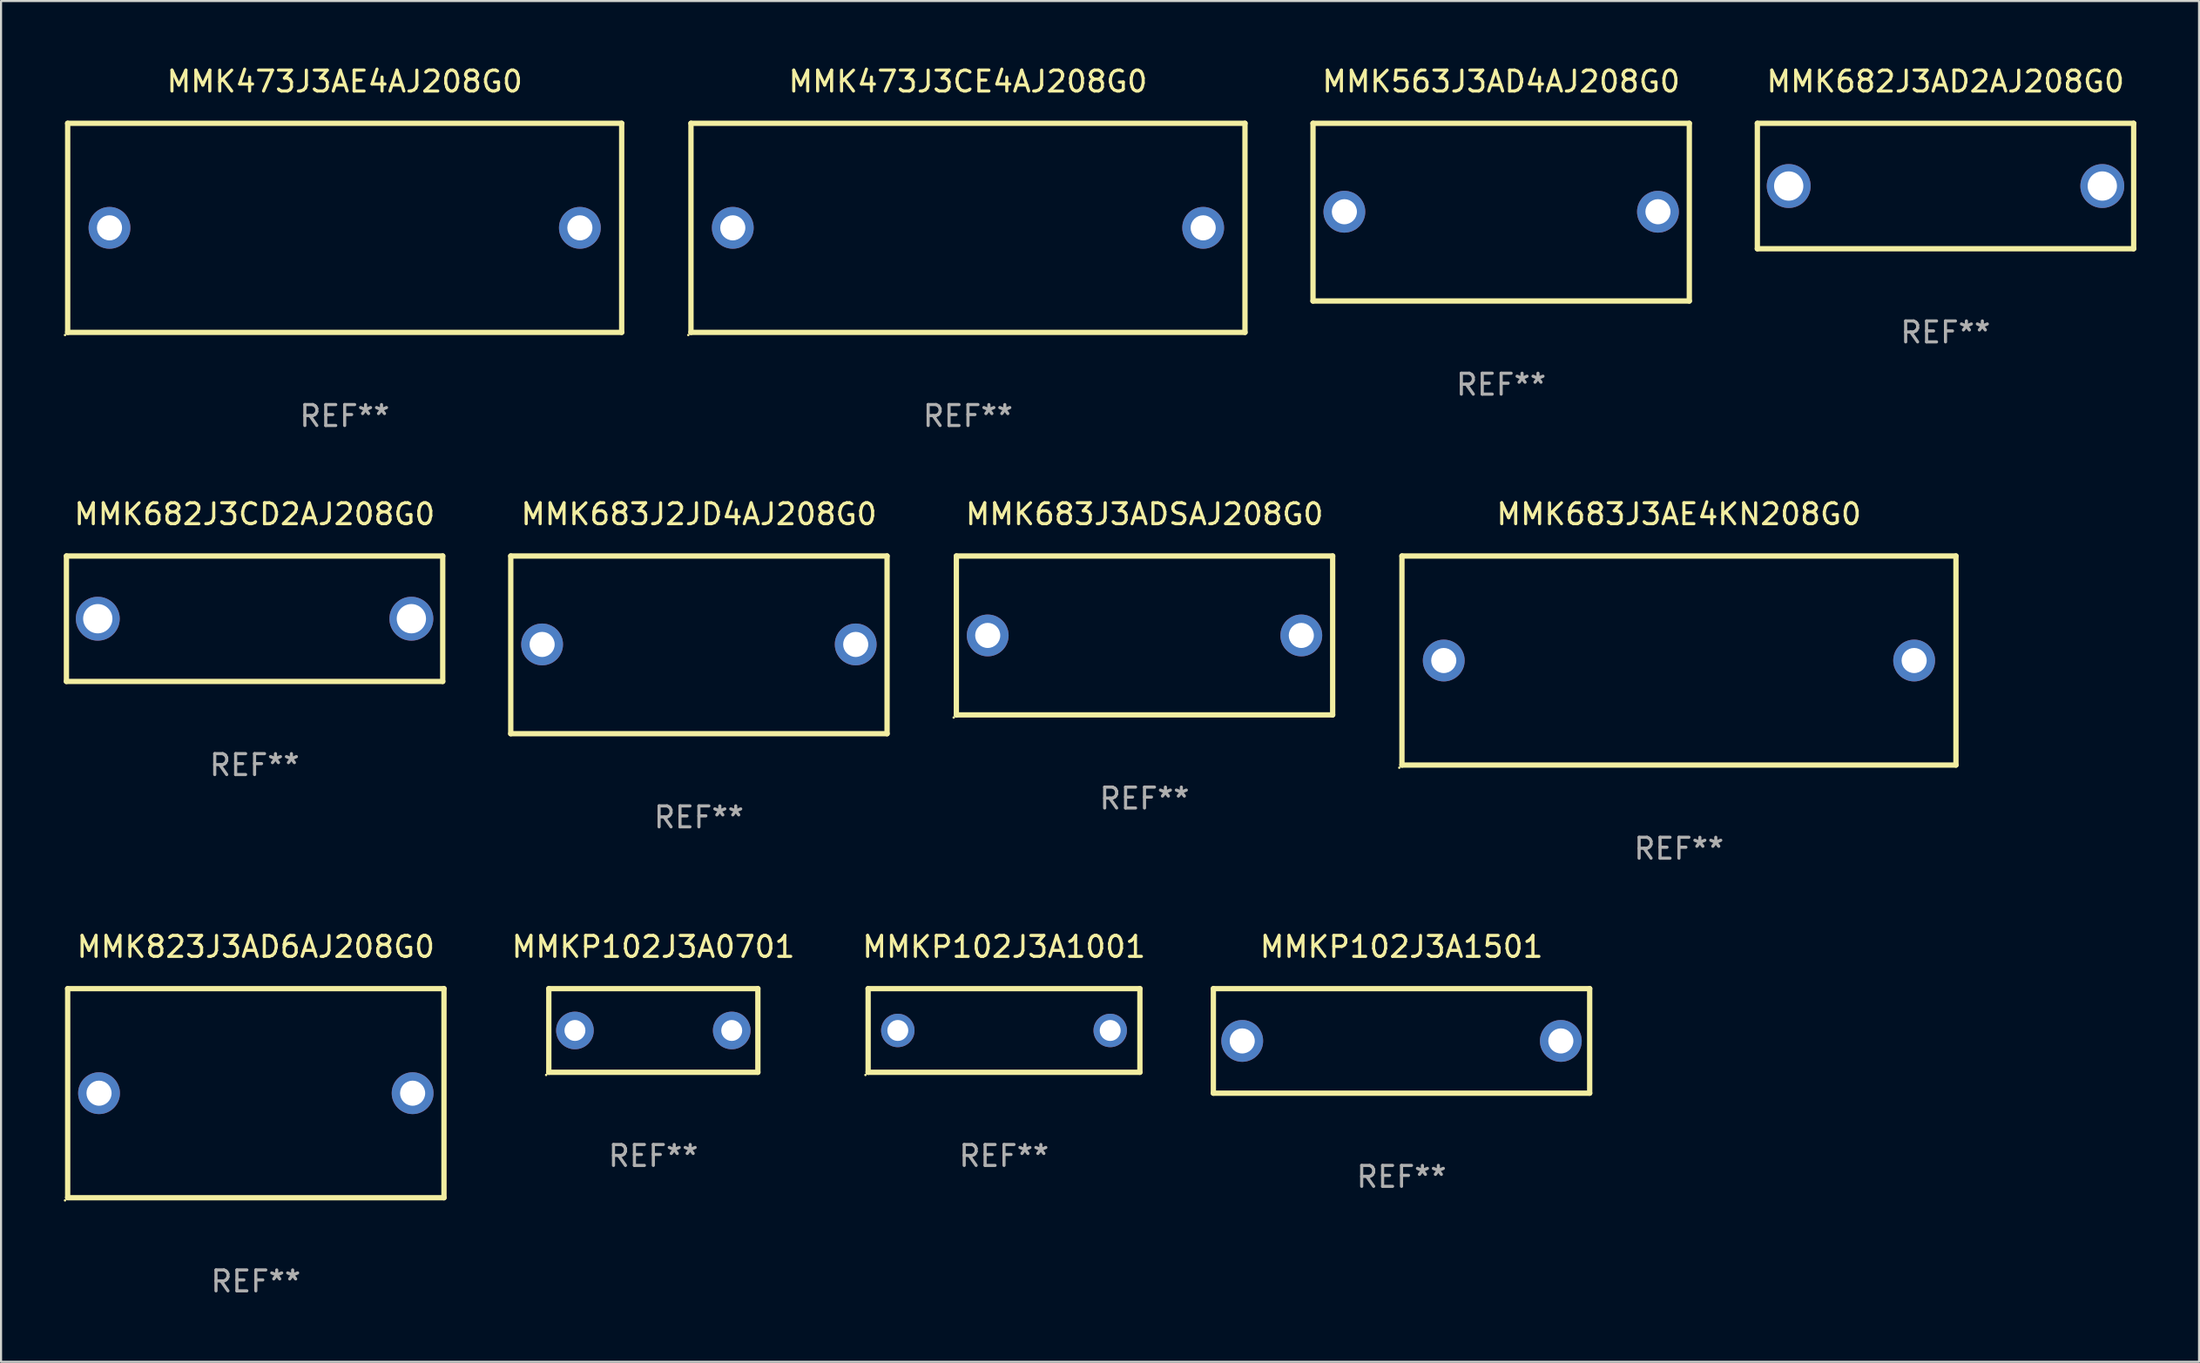
<source format=kicad_pcb>
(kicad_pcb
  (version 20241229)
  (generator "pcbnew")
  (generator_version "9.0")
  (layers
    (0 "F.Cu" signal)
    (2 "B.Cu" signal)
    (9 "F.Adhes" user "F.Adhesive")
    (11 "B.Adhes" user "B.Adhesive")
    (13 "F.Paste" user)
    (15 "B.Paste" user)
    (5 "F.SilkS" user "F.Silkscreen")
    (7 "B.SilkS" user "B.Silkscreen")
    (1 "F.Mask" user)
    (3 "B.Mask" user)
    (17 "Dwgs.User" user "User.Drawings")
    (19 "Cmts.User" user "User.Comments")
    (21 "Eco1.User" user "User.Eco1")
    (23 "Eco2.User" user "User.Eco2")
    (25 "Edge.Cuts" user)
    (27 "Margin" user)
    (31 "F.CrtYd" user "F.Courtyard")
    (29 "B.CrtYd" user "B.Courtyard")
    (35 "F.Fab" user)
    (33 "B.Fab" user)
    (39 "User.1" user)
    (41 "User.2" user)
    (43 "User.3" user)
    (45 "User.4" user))
  (footprint "MMK683J3ADSAJ208G0"
    (layer "F.Cu")
    (at 51.695 27.345)
    (property "Reference" "MMK683J3ADSAJ208G0" (at 0 -5.8 0) (layer "F.SilkS") (effects (font (size 1 1) (thickness 0.15))))
    (attr through_hole)
    (fp_line (start -9 -3.8) (end -9 3.8) (stroke (width 0.254) (type solid)) (layer "F.SilkS"))
    (fp_line (start -9 -3.8) (end 9 -3.8) (stroke (width 0.254) (type solid)) (layer "F.SilkS"))
    (fp_line (start 9 -3.8) (end 9 3.8) (stroke (width 0.254) (type solid)) (layer "F.SilkS"))
    (fp_line (start 9 3.8) (end -9 3.8) (stroke (width 0.254) (type solid)) (layer "F.SilkS"))
    (fp_circle (center -9.127 3.927) (end -9.097 3.927) (stroke (width 0.06) (type solid)) (fill no) (layer "F.SilkS"))
    (fp_text user "REF**" (at 0 7.8 0) (layer "F.Fab") (effects (font (size 1 1) (thickness 0.15))))
    (pad "1" thru_hole circle (at -7.5 0) (size 2 2) (drill 1.2) (layers "*.Cu" "*.Mask"))
    (pad "2" thru_hole circle (at 7.5 0) (size 2 2) (drill 1.2) (layers "*.Cu" "*.Mask")))
  (footprint "MMK823J3AD6AJ208G0"
    (layer "F.Cu")
    (at 9.187 49.241)
    (property "Reference" "MMK823J3AD6AJ208G0" (at 0 -7 0) (layer "F.SilkS") (effects (font (size 1 1) (thickness 0.15))))
    (attr through_hole)
    (fp_line (start -9 -5) (end -9 4.98) (stroke (width 0.254) (type solid)) (layer "F.SilkS"))
    (fp_line (start -9 -5) (end 9 -5) (stroke (width 0.254) (type solid)) (layer "F.SilkS"))
    (fp_line (start -9 5) (end 9 5) (stroke (width 0.254) (type solid)) (layer "F.SilkS"))
    (fp_line (start 9 -5) (end 9 5) (stroke (width 0.254) (type solid)) (layer "F.SilkS"))
    (fp_circle (center -9.127 5.127) (end -9.097 5.127) (stroke (width 0.06) (type solid)) (fill no) (layer "F.SilkS"))
    (fp_text user "REF**" (at 0 9 0) (layer "F.Fab") (effects (font (size 1 1) (thickness 0.15))))
    (pad "1" thru_hole circle (at -7.5 0) (size 2 2) (drill 1.2) (layers "*.Cu" "*.Mask"))
    (pad "2" thru_hole circle (at 7.5 0) (size 2 2) (drill 1.2) (layers "*.Cu" "*.Mask")))
  (footprint "MMK682J3AD2AJ208G0"
    (layer "F.Cu")
    (at 90.009 5.848)
    (property "Reference" "MMK682J3AD2AJ208G0" (at 0 -5 0) (layer "F.SilkS") (effects (font (size 1 1) (thickness 0.15))))
    (attr through_hole)
    (fp_line (start -9 -3) (end 9 -3) (stroke (width 0.254) (type solid)) (layer "F.SilkS"))
    (fp_line (start -9 3) (end -9 -3) (stroke (width 0.254) (type solid)) (layer "F.SilkS"))
    (fp_line (start 9 -3) (end 9 3) (stroke (width 0.254) (type solid)) (layer "F.SilkS"))
    (fp_line (start 9 3) (end -9 3) (stroke (width 0.254) (type solid)) (layer "F.SilkS"))
    (fp_circle (center -9 3) (end -8.97 3) (stroke (width 0.06) (type solid)) (fill no) (layer "F.SilkS"))
    (fp_text user "REF**" (at 0 7 0) (layer "F.Fab") (effects (font (size 1 1) (thickness 0.15))))
    (pad "1" thru_hole circle (at -7.5 0) (size 2.1 2.1) (drill 1.4) (layers "*.Cu" "*.Mask"))
    (pad "2" thru_hole circle (at 7.5 0) (size 2.1 2.1) (drill 1.4) (layers "*.Cu" "*.Mask")))
  (footprint "MMKP102J3A1001"
    (layer "F.Cu")
    (at 44.975 46.241)
    (property "Reference" "MMKP102J3A1001" (at 0 -4 0) (layer "F.SilkS") (effects (font (size 1 1) (thickness 0.15))))
    (attr through_hole)
    (fp_line (start -6.5 -2) (end 6.5 -2) (stroke (width 0.254) (type solid)) (layer "F.SilkS"))
    (fp_line (start -6.5 2) (end -6.5 -2) (stroke (width 0.254) (type solid)) (layer "F.SilkS"))
    (fp_line (start 6.5 -2) (end 6.5 2) (stroke (width 0.254) (type solid)) (layer "F.SilkS"))
    (fp_line (start 6.5 2) (end -6.5 2) (stroke (width 0.254) (type solid)) (layer "F.SilkS"))
    (fp_circle (center -6.627 2.127) (end -6.597 2.127) (stroke (width 0.06) (type solid)) (fill no) (layer "F.SilkS"))
    (fp_text user "REF**" (at 0 6 0) (layer "F.Fab") (effects (font (size 1 1) (thickness 0.15))))
    (pad "1" thru_hole circle (at -5.08 0) (size 1.6 1.6) (drill 1) (layers "*.Cu" "*.Mask"))
    (pad "2" thru_hole circle (at 5.08 0) (size 1.6 1.6) (drill 1) (layers "*.Cu" "*.Mask")))
  (footprint "MMK473J3CE4AJ208G0"
    (layer "F.Cu")
    (at 43.251 7.848)
    (property "Reference" "MMK473J3CE4AJ208G0" (at 0 -7 0) (layer "F.SilkS") (effects (font (size 1 1) (thickness 0.15))))
    (attr through_hole)
    (fp_line (start -13.25 -5) (end 13.25 -5) (stroke (width 0.254) (type solid)) (layer "F.SilkS"))
    (fp_line (start -13.25 5) (end -13.25 -5) (stroke (width 0.254) (type solid)) (layer "F.SilkS"))
    (fp_line (start 13.25 -5) (end 13.25 5) (stroke (width 0.254) (type solid)) (layer "F.SilkS"))
    (fp_line (start 13.25 5) (end -13.25 5) (stroke (width 0.254) (type solid)) (layer "F.SilkS"))
    (fp_circle (center -13.377 5.127) (end -13.347 5.127) (stroke (width 0.06) (type solid)) (fill no) (layer "F.SilkS"))
    (fp_text user "REF**" (at 0 9 0) (layer "F.Fab") (effects (font (size 1 1) (thickness 0.15))))
    (pad "1" thru_hole circle (at -11.25 0) (size 2 2) (drill 1.2) (layers "*.Cu" "*.Mask"))
    (pad "2" thru_hole circle (at 11.25 0) (size 2 2) (drill 1.2) (layers "*.Cu" "*.Mask")))
  (footprint "MMK683J2JD4AJ208G0"
    (layer "F.Cu")
    (at 30.381 27.795)
    (property "Reference" "MMK683J2JD4AJ208G0" (at 0 -6.25 0) (layer "F.SilkS") (effects (font (size 1 1) (thickness 0.15))))
    (attr through_hole)
    (fp_line (start -9 -4.25) (end -9 4.25) (stroke (width 0.254) (type solid)) (layer "F.SilkS"))
    (fp_line (start -9 -4.25) (end 9 -4.25) (stroke (width 0.254) (type solid)) (layer "F.SilkS"))
    (fp_line (start -9 4.25) (end 9 4.25) (stroke (width 0.254) (type solid)) (layer "F.SilkS"))
    (fp_line (start 9 -4.25) (end 9 4.25) (stroke (width 0.254) (type solid)) (layer "F.SilkS"))
    (fp_circle (center -9 4.23) (end -8.97 4.23) (stroke (width 0.06) (type solid)) (fill no) (layer "F.SilkS"))
    (fp_text user "REF**" (at 0 8.25 0) (layer "F.Fab") (effects (font (size 1 1) (thickness 0.15))))
    (pad "1" thru_hole circle (at -7.5 -0.02) (size 2 2) (drill 1.2) (layers "*.Cu" "*.Mask"))
    (pad "2" thru_hole circle (at 7.5 -0.02) (size 2 2) (drill 1.2) (layers "*.Cu" "*.Mask")))
  (footprint "MMKP102J3A0701"
    (layer "F.Cu")
    (at 28.201 46.241)
    (property "Reference" "MMKP102J3A0701" (at 0 -4 0) (layer "F.SilkS") (effects (font (size 1 1) (thickness 0.15))))
    (attr through_hole)
    (fp_line (start -5 -2) (end 5 -2) (stroke (width 0.254) (type solid)) (layer "F.SilkS"))
    (fp_line (start -5 2) (end -5 -2) (stroke (width 0.254) (type solid)) (layer "F.SilkS"))
    (fp_line (start 5 -2) (end 5 2) (stroke (width 0.254) (type solid)) (layer "F.SilkS"))
    (fp_line (start 5 2) (end -5 2) (stroke (width 0.254) (type solid)) (layer "F.SilkS"))
    (fp_circle (center -5.127 2.127) (end -5.097 2.127) (stroke (width 0.06) (type solid)) (fill no) (layer "F.SilkS"))
    (fp_text user "REF**" (at 0 6 0) (layer "F.Fab") (effects (font (size 1 1) (thickness 0.15))))
    (pad "1" thru_hole circle (at -3.75 0) (size 1.8 1.8) (drill 1) (layers "*.Cu" "*.Mask"))
    (pad "2" thru_hole circle (at 3.75 0) (size 1.8 1.8) (drill 1) (layers "*.Cu" "*.Mask")))
  (footprint "MMKP102J3A1501"
    (layer "F.Cu")
    (at 63.989 46.741)
    (property "Reference" "MMKP102J3A1501" (at 0 -4.5 0) (layer "F.SilkS") (effects (font (size 1 1) (thickness 0.15))))
    (attr through_hole)
    (fp_line (start -9 -2.5) (end 9 -2.5) (stroke (width 0.254) (type solid)) (layer "F.SilkS"))
    (fp_line (start -9 2.5) (end -9 -2.5) (stroke (width 0.254) (type solid)) (layer "F.SilkS"))
    (fp_line (start 9 -2.5) (end 9 2.5) (stroke (width 0.254) (type solid)) (layer "F.SilkS"))
    (fp_line (start 9 2.5) (end -9 2.5) (stroke (width 0.254) (type solid)) (layer "F.SilkS"))
    (fp_circle (center -9 2.5) (end -8.97 2.5) (stroke (width 0.06) (type solid)) (fill no) (layer "F.SilkS"))
    (fp_text user "REF**" (at 0 6.5 0) (layer "F.Fab") (effects (font (size 1 1) (thickness 0.15))))
    (pad "1" thru_hole circle (at -7.62 -0.000127) (size 2 2) (drill 1.2) (layers "*.Cu" "*.Mask"))
    (pad "2" thru_hole circle (at 7.62 -0.000127) (size 2 2) (drill 1.2) (layers "*.Cu" "*.Mask")))
  (footprint "MMK473J3AE4AJ208G0"
    (layer "F.Cu")
    (at 13.437 7.848)
    (property "Reference" "MMK473J3AE4AJ208G0" (at 0 -7 0) (layer "F.SilkS") (effects (font (size 1 1) (thickness 0.15))))
    (attr through_hole)
    (fp_line (start -13.25 -5) (end 13.25 -5) (stroke (width 0.254) (type solid)) (layer "F.SilkS"))
    (fp_line (start -13.25 5) (end -13.25 -5) (stroke (width 0.254) (type solid)) (layer "F.SilkS"))
    (fp_line (start 13.25 -5) (end 13.25 5) (stroke (width 0.254) (type solid)) (layer "F.SilkS"))
    (fp_line (start 13.25 5) (end -13.25 5) (stroke (width 0.254) (type solid)) (layer "F.SilkS"))
    (fp_circle (center -13.377 5.127) (end -13.347 5.127) (stroke (width 0.06) (type solid)) (fill no) (layer "F.SilkS"))
    (fp_text user "REF**" (at 0 9 0) (layer "F.Fab") (effects (font (size 1 1) (thickness 0.15))))
    (pad "1" thru_hole circle (at -11.25 0) (size 2 2) (drill 1.2) (layers "*.Cu" "*.Mask"))
    (pad "2" thru_hole circle (at 11.25 0) (size 2 2) (drill 1.2) (layers "*.Cu" "*.Mask")))
  (footprint "MMK682J3CD2AJ208G0"
    (layer "F.Cu")
    (at 9.127 26.545)
    (property "Reference" "MMK682J3CD2AJ208G0" (at 0 -5 0) (layer "F.SilkS") (effects (font (size 1 1) (thickness 0.15))))
    (attr through_hole)
    (fp_line (start -9 -3) (end 9 -3) (stroke (width 0.254) (type solid)) (layer "F.SilkS"))
    (fp_line (start -9 3) (end -9 -3) (stroke (width 0.254) (type solid)) (layer "F.SilkS"))
    (fp_line (start 9 -3) (end 9 3) (stroke (width 0.254) (type solid)) (layer "F.SilkS"))
    (fp_line (start 9 3) (end -9 3) (stroke (width 0.254) (type solid)) (layer "F.SilkS"))
    (fp_circle (center -9 3) (end -8.97 3) (stroke (width 0.06) (type solid)) (fill no) (layer "F.SilkS"))
    (fp_text user "REF**" (at 0 7 0) (layer "F.Fab") (effects (font (size 1 1) (thickness 0.15))))
    (pad "1" thru_hole circle (at -7.5 0) (size 2.1 2.1) (drill 1.4) (layers "*.Cu" "*.Mask"))
    (pad "2" thru_hole circle (at 7.5 0) (size 2.1 2.1) (drill 1.4) (layers "*.Cu" "*.Mask")))
  (footprint "MMK683J3AE4KN208G0"
    (layer "F.Cu")
    (at 77.259 28.545)
    (property "Reference" "MMK683J3AE4KN208G0" (at 0 -7 0) (layer "F.SilkS") (effects (font (size 1 1) (thickness 0.15))))
    (attr through_hole)
    (fp_line (start -13.25 -5) (end 13.25 -5) (stroke (width 0.254) (type solid)) (layer "F.SilkS"))
    (fp_line (start -13.25 5) (end -13.25 -5) (stroke (width 0.254) (type solid)) (layer "F.SilkS"))
    (fp_line (start 13.25 -5) (end 13.25 5) (stroke (width 0.254) (type solid)) (layer "F.SilkS"))
    (fp_line (start 13.25 5) (end -13.25 5) (stroke (width 0.254) (type solid)) (layer "F.SilkS"))
    (fp_circle (center -13.377 5.127) (end -13.347 5.127) (stroke (width 0.06) (type solid)) (fill no) (layer "F.SilkS"))
    (fp_text user "REF**" (at 0 9 0) (layer "F.Fab") (effects (font (size 1 1) (thickness 0.15))))
    (pad "1" thru_hole circle (at -11.25 0) (size 2 2) (drill 1.2) (layers "*.Cu" "*.Mask"))
    (pad "2" thru_hole circle (at 11.25 0) (size 2 2) (drill 1.2) (layers "*.Cu" "*.Mask")))
  (footprint "MMK563J3AD4AJ208G0"
    (layer "F.Cu")
    (at 68.755 7.098)
    (property "Reference" "MMK563J3AD4AJ208G0" (at 0 -6.25 0) (layer "F.SilkS") (effects (font (size 1 1) (thickness 0.15))))
    (attr through_hole)
    (fp_line (start -9 -4.25) (end -9 4.25) (stroke (width 0.254) (type solid)) (layer "F.SilkS"))
    (fp_line (start -9 -4.25) (end 9 -4.25) (stroke (width 0.254) (type solid)) (layer "F.SilkS"))
    (fp_line (start -9 4.25) (end 9 4.25) (stroke (width 0.254) (type solid)) (layer "F.SilkS"))
    (fp_line (start 9 -4.25) (end 9 4.25) (stroke (width 0.254) (type solid)) (layer "F.SilkS"))
    (fp_circle (center -9 4.23) (end -8.97 4.23) (stroke (width 0.06) (type solid)) (fill no) (layer "F.SilkS"))
    (fp_text user "REF**" (at 0 8.25 0) (layer "F.Fab") (effects (font (size 1 1) (thickness 0.15))))
    (pad "1" thru_hole circle (at -7.5 -0.02) (size 2 2) (drill 1.2) (layers "*.Cu" "*.Mask"))
    (pad "2" thru_hole circle (at 7.5 -0.02) (size 2 2) (drill 1.2) (layers "*.Cu" "*.Mask")))
  (gr_rect
    (start -3 -3)
    (end 102.136 62.09)
    (stroke (width 0.1) (type default))
    (fill no)
    (layer "Edge.Cuts")))
</source>
